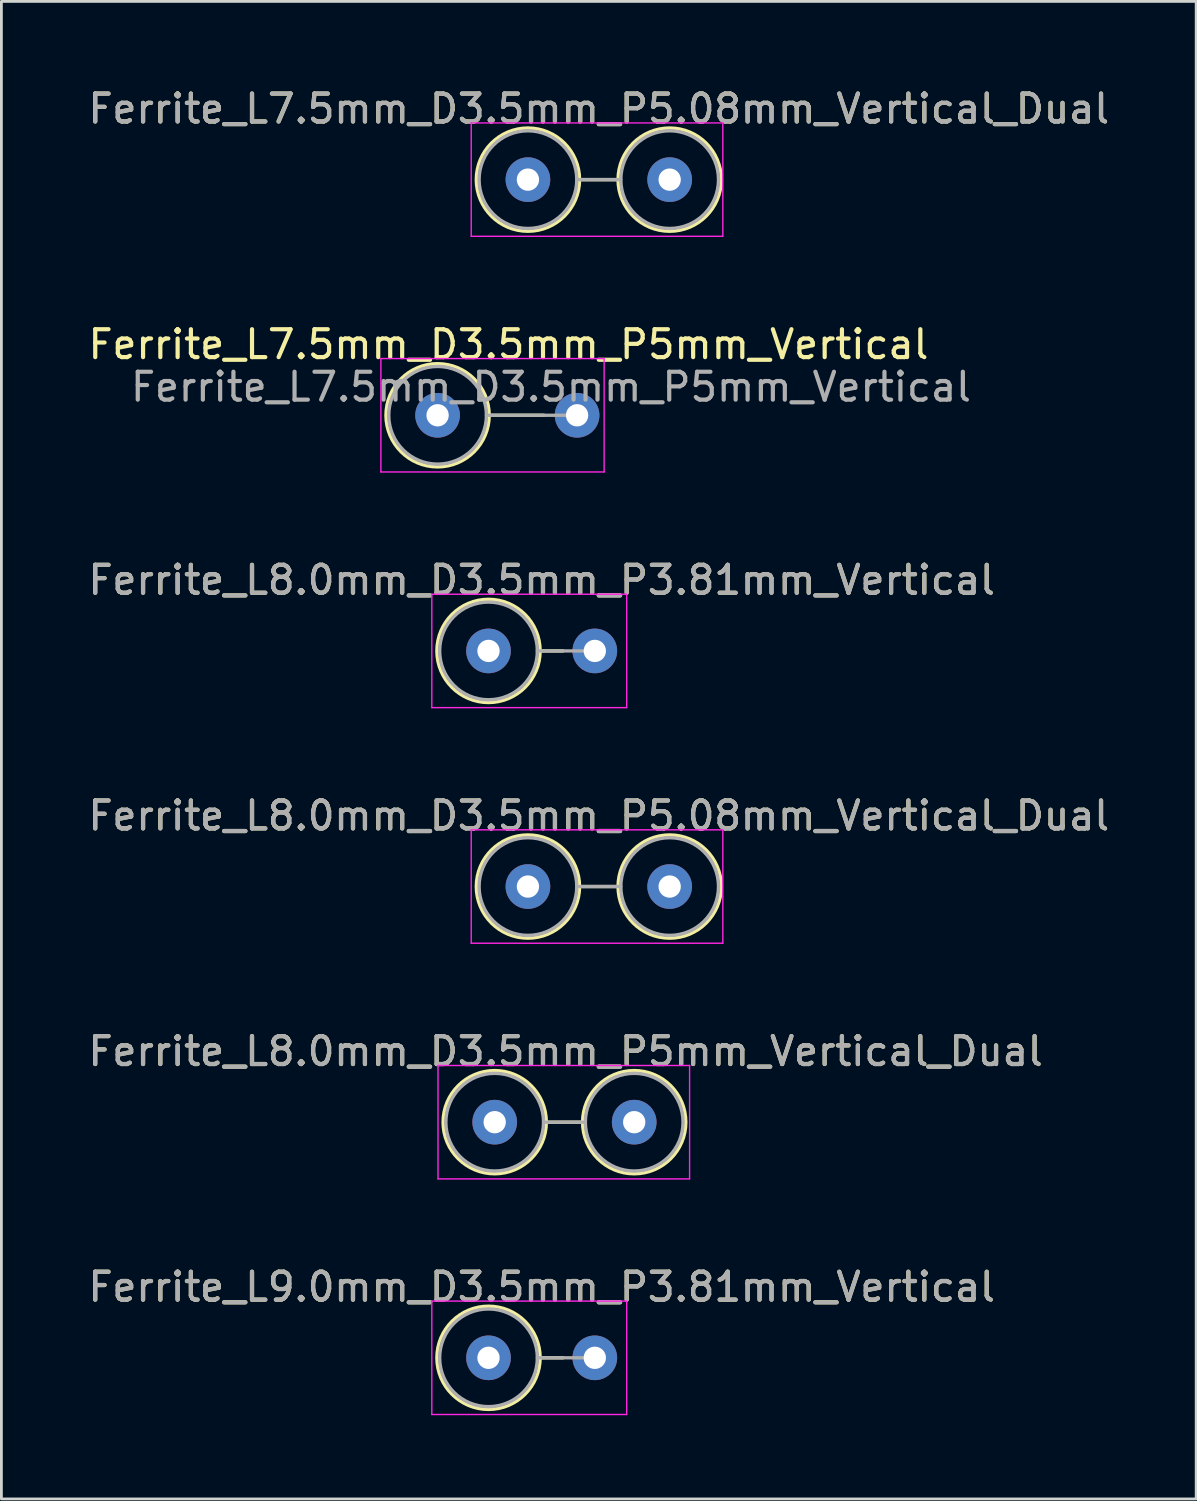
<source format=kicad_pcb>
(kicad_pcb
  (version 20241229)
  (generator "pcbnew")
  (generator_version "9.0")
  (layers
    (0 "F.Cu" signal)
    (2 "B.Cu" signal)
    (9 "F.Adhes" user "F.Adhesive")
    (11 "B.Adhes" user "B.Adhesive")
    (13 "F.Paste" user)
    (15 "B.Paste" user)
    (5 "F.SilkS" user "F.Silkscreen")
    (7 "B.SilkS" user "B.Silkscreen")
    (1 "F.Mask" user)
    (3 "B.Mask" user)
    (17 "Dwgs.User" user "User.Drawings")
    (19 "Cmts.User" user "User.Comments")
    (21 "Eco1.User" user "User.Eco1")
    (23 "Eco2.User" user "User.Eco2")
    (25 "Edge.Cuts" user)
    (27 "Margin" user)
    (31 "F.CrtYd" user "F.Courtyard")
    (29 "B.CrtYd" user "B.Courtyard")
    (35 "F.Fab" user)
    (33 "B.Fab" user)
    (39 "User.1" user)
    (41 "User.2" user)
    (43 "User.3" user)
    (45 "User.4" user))
  (footprint "Ferrite_L8.0mm_D3.5mm_P5mm_Vertical_Dual"
    (layer "F.Cu")
    (at 14.68 37.169)
    (property "Reference" "Ferrite_L8.0mm_D3.5mm_P5mm_Vertical_Dual" (at 2.54 -2.54 0) (layer "F.SilkS") (effects (font (size 1 1) (thickness 0.15))))
    (fp_line (start 1.85 0) (end 3.15 0) (stroke (width 0.12) (type solid)) (layer "F.SilkS"))
    (fp_circle (center 0 0) (end 0 -1.85) (stroke (width 0.12) (type solid)) (fill no) (layer "F.SilkS"))
    (fp_circle (center 5 0) (end 5 -1.85) (stroke (width 0.12) (type solid)) (fill no) (layer "F.SilkS"))
    (fp_line (start -2.032 -2.032) (end 6.985 -2.032) (stroke (width 0.05) (type solid)) (layer "F.CrtYd"))
    (fp_line (start -2.032 2.032) (end -2.032 -2.032) (stroke (width 0.05) (type solid)) (layer "F.CrtYd"))
    (fp_line (start 6.985 -2.032) (end 6.985 2.032) (stroke (width 0.05) (type solid)) (layer "F.CrtYd"))
    (fp_line (start 6.985 2.032) (end -2.032 2.032) (stroke (width 0.05) (type solid)) (layer "F.CrtYd"))
    (fp_line (start 1.75 0) (end 3.25 0) (stroke (width 0.12) (type solid)) (layer "F.Fab"))
    (fp_circle (center 0 0) (end 0 -1.75) (stroke (width 0.12) (type solid)) (fill no) (layer "F.Fab"))
    (fp_circle (center 5 0) (end 5 -1.75) (stroke (width 0.12) (type solid)) (fill no) (layer "F.Fab"))
    (fp_text user "${REFERENCE}" (at 2.54 -2.539 0) (layer "F.Fab") (effects (font (size 1 1) (thickness 0.15))))
    (pad "1" thru_hole circle (at 0 0) (size 1.6 1.6) (drill 0.8) (layers "*.Cu" "*.Mask"))
    (pad "2" thru_hole circle (at 5 0) (size 1.6 1.6) (drill 0.8) (layers "*.Cu" "*.Mask")))
  (footprint "Ferrite_L9.0mm_D3.5mm_P3.81mm_Vertical"
    (layer "F.Cu")
    (at 14.458 45.614)
    (property "Reference" "Ferrite_L9.0mm_D3.5mm_P3.81mm_Vertical" (at 1.905 -2.54 0) (layer "F.SilkS") (effects (font (size 1 1) (thickness 0.15))))
    (fp_line (start 1.85 0) (end 2.667 0) (stroke (width 0.12) (type solid)) (layer "F.SilkS"))
    (fp_circle (center 0 0) (end 0 -1.85) (stroke (width 0.12) (type solid)) (fill no) (layer "F.SilkS"))
    (fp_line (start -2.032 -2.032) (end 4.953 -2.032) (stroke (width 0.05) (type solid)) (layer "F.CrtYd"))
    (fp_line (start -2.032 2.032) (end -2.032 -2.032) (stroke (width 0.05) (type solid)) (layer "F.CrtYd"))
    (fp_line (start 4.953 -2.032) (end 4.953 2.032) (stroke (width 0.05) (type solid)) (layer "F.CrtYd"))
    (fp_line (start 4.953 2.032) (end -2.032 2.032) (stroke (width 0.05) (type solid)) (layer "F.CrtYd"))
    (fp_line (start 1.75 0) (end 3.81 0) (stroke (width 0.12) (type solid)) (layer "F.Fab"))
    (fp_circle (center 0 0) (end 0 -1.75) (stroke (width 0.12) (type solid)) (fill no) (layer "F.Fab"))
    (fp_text user "${REFERENCE}" (at 1.905 -2.539 0) (layer "F.Fab") (effects (font (size 1 1) (thickness 0.15))))
    (pad "1" thru_hole circle (at 0 0) (size 1.6 1.6) (drill 0.8) (layers "*.Cu" "*.Mask"))
    (pad "2" thru_hole circle (at 3.81 0) (size 1.6 1.6) (drill 0.8) (layers "*.Cu" "*.Mask")))
  (footprint "Ferrite_L8.0mm_D3.5mm_P5.08mm_Vertical_Dual"
    (layer "F.Cu")
    (at 15.871 28.724)
    (property "Reference" "Ferrite_L8.0mm_D3.5mm_P5.08mm_Vertical_Dual" (at 2.54 -2.54 0) (layer "F.SilkS") (effects (font (size 1 1) (thickness 0.15))))
    (fp_line (start 1.85 0) (end 3.23 0) (stroke (width 0.12) (type solid)) (layer "F.SilkS"))
    (fp_circle (center 0 0) (end 0 -1.85) (stroke (width 0.12) (type solid)) (fill no) (layer "F.SilkS"))
    (fp_circle (center 5.08 0) (end 5.08 -1.85) (stroke (width 0.12) (type solid)) (fill no) (layer "F.SilkS"))
    (fp_line (start -2.032 -2.032) (end 6.985 -2.032) (stroke (width 0.05) (type solid)) (layer "F.CrtYd"))
    (fp_line (start -2.032 2.032) (end -2.032 -2.032) (stroke (width 0.05) (type solid)) (layer "F.CrtYd"))
    (fp_line (start 6.985 -2.032) (end 6.985 2.032) (stroke (width 0.05) (type solid)) (layer "F.CrtYd"))
    (fp_line (start 6.985 2.032) (end -2.032 2.032) (stroke (width 0.05) (type solid)) (layer "F.CrtYd"))
    (fp_line (start 1.75 0) (end 3.33 0) (stroke (width 0.12) (type solid)) (layer "F.Fab"))
    (fp_circle (center 0 0) (end 0 -1.75) (stroke (width 0.12) (type solid)) (fill no) (layer "F.Fab"))
    (fp_circle (center 5.08 0) (end 5.08 -1.75) (stroke (width 0.12) (type solid)) (fill no) (layer "F.Fab"))
    (fp_text user "${REFERENCE}" (at 2.54 -2.539 0) (layer "F.Fab") (effects (font (size 1 1) (thickness 0.15))))
    (pad "1" thru_hole circle (at 0 0) (size 1.6 1.6) (drill 0.8) (layers "*.Cu" "*.Mask"))
    (pad "2" thru_hole circle (at 5.08 0) (size 1.6 1.6) (drill 0.8) (layers "*.Cu" "*.Mask")))
  (footprint "Ferrite_L8.0mm_D3.5mm_P3.81mm_Vertical"
    (layer "F.Cu")
    (at 14.458 20.279)
    (property "Reference" "Ferrite_L8.0mm_D3.5mm_P3.81mm_Vertical" (at 1.905 -2.54 0) (layer "F.SilkS") (effects (font (size 1 1) (thickness 0.15))))
    (fp_line (start 1.85 0) (end 2.667 0) (stroke (width 0.12) (type solid)) (layer "F.SilkS"))
    (fp_circle (center 0 0) (end 0 -1.85) (stroke (width 0.12) (type solid)) (fill no) (layer "F.SilkS"))
    (fp_line (start -2.032 -2.032) (end 4.953 -2.032) (stroke (width 0.05) (type solid)) (layer "F.CrtYd"))
    (fp_line (start -2.032 2.032) (end -2.032 -2.032) (stroke (width 0.05) (type solid)) (layer "F.CrtYd"))
    (fp_line (start 4.953 -2.032) (end 4.953 2.032) (stroke (width 0.05) (type solid)) (layer "F.CrtYd"))
    (fp_line (start 4.953 2.032) (end -2.032 2.032) (stroke (width 0.05) (type solid)) (layer "F.CrtYd"))
    (fp_line (start 1.75 0) (end 3.81 0) (stroke (width 0.12) (type solid)) (layer "F.Fab"))
    (fp_circle (center 0 0) (end 0 -1.75) (stroke (width 0.12) (type solid)) (fill no) (layer "F.Fab"))
    (fp_text user "${REFERENCE}" (at 1.905 -2.539 0) (layer "F.Fab") (effects (font (size 1 1) (thickness 0.15))))
    (pad "1" thru_hole circle (at 0 0) (size 1.6 1.6) (drill 0.8) (layers "*.Cu" "*.Mask"))
    (pad "2" thru_hole circle (at 3.81 0) (size 1.6 1.6) (drill 0.8) (layers "*.Cu" "*.Mask")))
  (footprint "Ferrite_L7.5mm_D3.5mm_P5.08mm_Vertical_Dual"
    (layer "F.Cu")
    (at 15.871 3.388)
    (property "Reference" "Ferrite_L7.5mm_D3.5mm_P5.08mm_Vertical_Dual" (at 2.54 -2.54 0) (layer "F.SilkS") (effects (font (size 1 1) (thickness 0.15))))
    (fp_line (start 1.85 0) (end 3.23 0) (stroke (width 0.12) (type solid)) (layer "F.SilkS"))
    (fp_circle (center 0 0) (end 0 -1.85) (stroke (width 0.12) (type solid)) (fill no) (layer "F.SilkS"))
    (fp_circle (center 5.08 0) (end 5.08 -1.85) (stroke (width 0.12) (type solid)) (fill no) (layer "F.SilkS"))
    (fp_line (start -2.032 -2.032) (end 6.985 -2.032) (stroke (width 0.05) (type solid)) (layer "F.CrtYd"))
    (fp_line (start -2.032 2.032) (end -2.032 -2.032) (stroke (width 0.05) (type solid)) (layer "F.CrtYd"))
    (fp_line (start 6.985 -2.032) (end 6.985 2.032) (stroke (width 0.05) (type solid)) (layer "F.CrtYd"))
    (fp_line (start 6.985 2.032) (end -2.032 2.032) (stroke (width 0.05) (type solid)) (layer "F.CrtYd"))
    (fp_line (start 1.75 0) (end 3.33 0) (stroke (width 0.12) (type solid)) (layer "F.Fab"))
    (fp_circle (center 0 0) (end 0 -1.75) (stroke (width 0.12) (type solid)) (fill no) (layer "F.Fab"))
    (fp_circle (center 5.08 0) (end 5.08 -1.75) (stroke (width 0.12) (type solid)) (fill no) (layer "F.Fab"))
    (fp_text user "${REFERENCE}" (at 2.54 -2.539 0) (layer "F.Fab") (effects (font (size 1 1) (thickness 0.15))))
    (pad "1" thru_hole circle (at 0 0) (size 1.6 1.6) (drill 0.8) (layers "*.Cu" "*.Mask"))
    (pad "2" thru_hole circle (at 5.08 0) (size 1.6 1.6) (drill 0.8) (layers "*.Cu" "*.Mask")))
  (footprint "Ferrite_L7.5mm_D3.5mm_P5mm_Vertical"
    (layer "F.Cu")
    (at 12.633 11.834)
    (property "Reference" "Ferrite_L7.5mm_D3.5mm_P5mm_Vertical" (at 2.54 -2.54 0) (layer "F.SilkS") (effects (font (size 1 1) (thickness 0.15))))
    (fp_line (start 1.85 0) (end 3.81 0) (stroke (width 0.12) (type solid)) (layer "F.SilkS"))
    (fp_circle (center 0 0) (end 0 -1.85) (stroke (width 0.12) (type solid)) (fill no) (layer "F.SilkS"))
    (fp_line (start -2.032 -2.032) (end 5.969 -2.032) (stroke (width 0.05) (type solid)) (layer "F.CrtYd"))
    (fp_line (start -2.032 2.032) (end -2.032 -2.032) (stroke (width 0.05) (type solid)) (layer "F.CrtYd"))
    (fp_line (start 5.969 -2.032) (end 5.969 2.032) (stroke (width 0.05) (type solid)) (layer "F.CrtYd"))
    (fp_line (start 5.969 2.032) (end -2.032 2.032) (stroke (width 0.05) (type solid)) (layer "F.CrtYd"))
    (fp_line (start 1.75 0) (end 5 0) (stroke (width 0.12) (type solid)) (layer "F.Fab"))
    (fp_circle (center 0 0) (end 0 -1.75) (stroke (width 0.12) (type solid)) (fill no) (layer "F.Fab"))
    (fp_text user "${REFERENCE}" (at 4.064 -1.016 0) (layer "F.Fab") (effects (font (size 1 1) (thickness 0.15))))
    (pad "1" thru_hole circle (at 0 0) (size 1.6 1.6) (drill 0.8) (layers "*.Cu" "*.Mask"))
    (pad "2" thru_hole circle (at 5 0) (size 1.6 1.6) (drill 0.8) (layers "*.Cu" "*.Mask")))
  (gr_rect
    (start -3 -3)
    (end 39.821 50.672)
    (stroke (width 0.1) (type default))
    (fill no)
    (layer "Edge.Cuts")))
</source>
